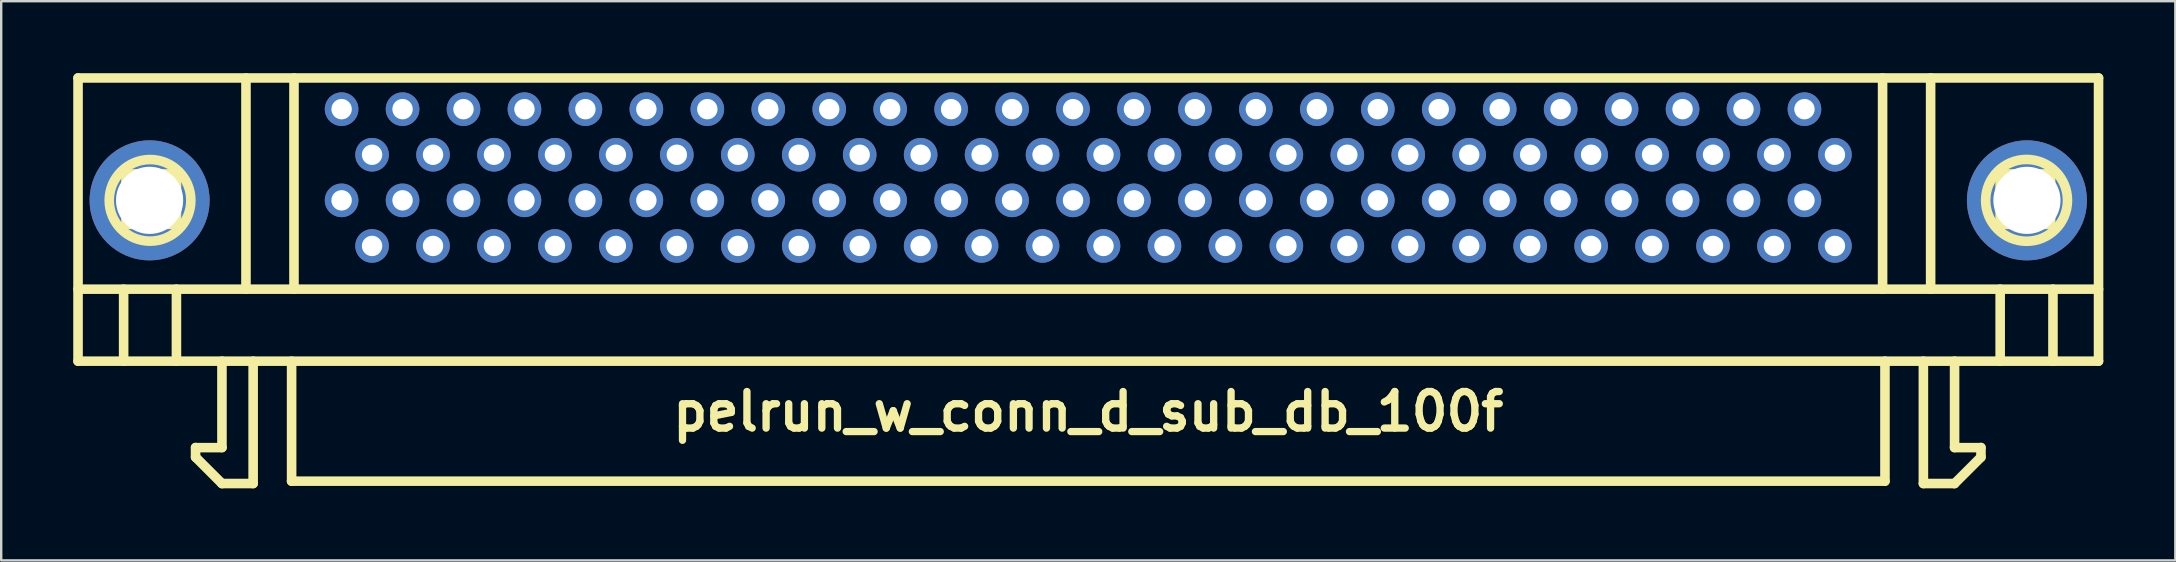
<source format=kicad_pcb>
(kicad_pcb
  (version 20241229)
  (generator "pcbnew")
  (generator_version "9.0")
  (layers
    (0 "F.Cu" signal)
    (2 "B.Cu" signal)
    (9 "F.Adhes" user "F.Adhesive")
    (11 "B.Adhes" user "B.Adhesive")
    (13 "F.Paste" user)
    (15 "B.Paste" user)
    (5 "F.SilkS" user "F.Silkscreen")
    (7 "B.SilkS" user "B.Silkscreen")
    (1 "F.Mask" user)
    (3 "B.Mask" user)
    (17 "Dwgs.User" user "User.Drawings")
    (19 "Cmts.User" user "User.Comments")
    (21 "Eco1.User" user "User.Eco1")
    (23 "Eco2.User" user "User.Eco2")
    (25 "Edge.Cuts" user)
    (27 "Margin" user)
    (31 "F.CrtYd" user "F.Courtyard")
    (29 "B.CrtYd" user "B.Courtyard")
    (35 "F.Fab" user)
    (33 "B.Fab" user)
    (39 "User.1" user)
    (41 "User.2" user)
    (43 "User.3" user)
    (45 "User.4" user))
  (footprint "pelrun_w_conn_d_sub_db_100f"
    (layer "F.Cu")
    (at 42.3 10.9)
    (property "Reference" "pelrun_w_conn_d_sub_db_100f" (at 0 3.2 0) (layer "F.SilkS") (effects (font (size 1.524 1.524) (thickness 0.305))))
    (attr through_hole)
    (fp_line (start -42.1 -10.701) (end 42.1 -10.701) (stroke (width 0.399) (type solid)) (layer "F.SilkS"))
    (fp_line (start -42.1 -1.9) (end 42.1 -1.9) (stroke (width 0.399) (type solid)) (layer "F.SilkS"))
    (fp_line (start -42.098 -10.701) (end -42.098 1.1) (stroke (width 0.399) (type solid)) (layer "F.SilkS"))
    (fp_line (start -40.198 -1.9) (end -40.198 1.1) (stroke (width 0.399) (type solid)) (layer "F.SilkS"))
    (fp_line (start -40.099 -6.701) (end -37.998 -6.701) (stroke (width 0.399) (type solid)) (layer "F.SilkS"))
    (fp_line (start -40.099 -4.6) (end -40.099 -6.701) (stroke (width 0.399) (type solid)) (layer "F.SilkS"))
    (fp_line (start -37.998 -6.701) (end -37.998 -4.6) (stroke (width 0.399) (type solid)) (layer "F.SilkS"))
    (fp_line (start -37.998 -4.6) (end -40.099 -4.6) (stroke (width 0.399) (type solid)) (layer "F.SilkS"))
    (fp_line (start -37.998 1.1) (end -37.998 -1.9) (stroke (width 0.399) (type solid)) (layer "F.SilkS"))
    (fp_line (start -37.201 4.699) (end -37.201 5.1) (stroke (width 0.399) (type solid)) (layer "F.SilkS"))
    (fp_line (start -37.198 4.704) (end -36.098 4.704) (stroke (width 0.399) (type solid)) (layer "F.SilkS"))
    (fp_line (start -36.101 4.699) (end -36.101 1.1) (stroke (width 0.399) (type solid)) (layer "F.SilkS"))
    (fp_line (start -36.101 6.2) (end -34.801 6.2) (stroke (width 0.399) (type solid)) (layer "F.SilkS"))
    (fp_line (start -36.098 6.203) (end -37.198 5.103) (stroke (width 0.399) (type solid)) (layer "F.SilkS"))
    (fp_line (start -35.1 -1.9) (end -35.1 -10.701) (stroke (width 0.399) (type solid)) (layer "F.SilkS"))
    (fp_line (start -34.801 6.2) (end -34.801 1.1) (stroke (width 0.399) (type solid)) (layer "F.SilkS"))
    (fp_line (start -33.198 6.101) (end -33.198 1.1) (stroke (width 0.399) (type solid)) (layer "F.SilkS"))
    (fp_line (start -33.099 -10.701) (end -33.099 -1.9) (stroke (width 0.399) (type solid)) (layer "F.SilkS"))
    (fp_line (start 33.101 -10.701) (end 33.101 -1.9) (stroke (width 0.399) (type solid)) (layer "F.SilkS"))
    (fp_line (start 33.2 6.101) (end -33.2 6.101) (stroke (width 0.399) (type solid)) (layer "F.SilkS"))
    (fp_line (start 33.2 6.101) (end 33.2 1.1) (stroke (width 0.399) (type solid)) (layer "F.SilkS"))
    (fp_line (start 34.801 6.2) (end 34.801 1.1) (stroke (width 0.399) (type solid)) (layer "F.SilkS"))
    (fp_line (start 35.103 -1.9) (end 35.103 -10.701) (stroke (width 0.399) (type solid)) (layer "F.SilkS"))
    (fp_line (start 36.098 6.203) (end 37.198 5.103) (stroke (width 0.399) (type solid)) (layer "F.SilkS"))
    (fp_line (start 36.101 4.699) (end 36.101 1.1) (stroke (width 0.399) (type solid)) (layer "F.SilkS"))
    (fp_line (start 36.101 6.2) (end 34.801 6.2) (stroke (width 0.399) (type solid)) (layer "F.SilkS"))
    (fp_line (start 37.198 4.704) (end 36.098 4.704) (stroke (width 0.399) (type solid)) (layer "F.SilkS"))
    (fp_line (start 37.201 4.699) (end 37.201 5.1) (stroke (width 0.399) (type solid)) (layer "F.SilkS"))
    (fp_line (start 38.001 -6.701) (end 38.001 -4.6) (stroke (width 0.399) (type solid)) (layer "F.SilkS"))
    (fp_line (start 38.001 -4.6) (end 40.102 -4.6) (stroke (width 0.399) (type solid)) (layer "F.SilkS"))
    (fp_line (start 38.001 -1.9) (end 38.001 1.1) (stroke (width 0.399) (type solid)) (layer "F.SilkS"))
    (fp_line (start 40.102 -6.701) (end 38.001 -6.701) (stroke (width 0.399) (type solid)) (layer "F.SilkS"))
    (fp_line (start 40.102 -4.6) (end 40.102 -6.701) (stroke (width 0.399) (type solid)) (layer "F.SilkS"))
    (fp_line (start 40.201 -1.9) (end 40.201 1.1) (stroke (width 0.399) (type solid)) (layer "F.SilkS"))
    (fp_line (start 42.1 1.1) (end -42.1 1.1) (stroke (width 0.399) (type solid)) (layer "F.SilkS"))
    (fp_line (start 42.1 1.1) (end 42.1 -10.701) (stroke (width 0.399) (type solid)) (layer "F.SilkS"))
    (fp_circle (center -39.098 -5.601) (end -40.599 -6.401) (stroke (width 0.399) (type solid)) (fill no) (layer "F.SilkS"))
    (fp_circle (center 39.101 -5.601) (end 40.803 -5.499) (stroke (width 0.399) (type solid)) (fill no) (layer "F.SilkS"))
    (pad "" thru_hole circle (at -39.116 -5.601) (size 5.001 5.001) (drill 2.799) (layers "*.Cu" "*.Mask"))
    (pad "" thru_hole circle (at 39.116 -5.601) (size 5.001 5.001) (drill 2.799) (layers "*.Cu" "*.Mask"))
    (pad "1" thru_hole circle (at 31.115 -7.501) (size 1.4 1.4) (drill 0.851) (layers "*.Cu" "*.Mask"))
    (pad "2" thru_hole circle (at 29.845 -9.401) (size 1.4 1.4) (drill 0.851) (layers "*.Cu" "*.Mask"))
    (pad "3" thru_hole circle (at 28.575 -7.501) (size 1.4 1.4) (drill 0.851) (layers "*.Cu" "*.Mask"))
    (pad "4" thru_hole circle (at 27.305 -9.401) (size 1.4 1.4) (drill 0.851) (layers "*.Cu" "*.Mask"))
    (pad "5" thru_hole circle (at 26.035 -7.501) (size 1.4 1.4) (drill 0.851) (layers "*.Cu" "*.Mask"))
    (pad "6" thru_hole circle (at 24.765 -9.401) (size 1.4 1.4) (drill 0.851) (layers "*.Cu" "*.Mask"))
    (pad "7" thru_hole circle (at 23.495 -7.501) (size 1.4 1.4) (drill 0.851) (layers "*.Cu" "*.Mask"))
    (pad "8" thru_hole circle (at 22.225 -9.401) (size 1.4 1.4) (drill 0.851) (layers "*.Cu" "*.Mask"))
    (pad "9" thru_hole circle (at 20.955 -7.501) (size 1.4 1.4) (drill 0.851) (layers "*.Cu" "*.Mask"))
    (pad "10" thru_hole circle (at 19.685 -9.401) (size 1.4 1.4) (drill 0.851) (layers "*.Cu" "*.Mask"))
    (pad "11" thru_hole circle (at 18.415 -7.501) (size 1.4 1.4) (drill 0.851) (layers "*.Cu" "*.Mask"))
    (pad "12" thru_hole circle (at 17.145 -9.401) (size 1.4 1.4) (drill 0.851) (layers "*.Cu" "*.Mask"))
    (pad "13" thru_hole circle (at 15.875 -7.501) (size 1.4 1.4) (drill 0.851) (layers "*.Cu" "*.Mask"))
    (pad "14" thru_hole circle (at 14.605 -9.401) (size 1.4 1.4) (drill 0.851) (layers "*.Cu" "*.Mask"))
    (pad "15" thru_hole circle (at 13.335 -7.501) (size 1.4 1.4) (drill 0.851) (layers "*.Cu" "*.Mask"))
    (pad "16" thru_hole circle (at 12.065 -9.401) (size 1.4 1.4) (drill 0.851) (layers "*.Cu" "*.Mask"))
    (pad "17" thru_hole circle (at 10.795 -7.501) (size 1.4 1.4) (drill 0.851) (layers "*.Cu" "*.Mask"))
    (pad "18" thru_hole circle (at 9.525 -9.401) (size 1.4 1.4) (drill 0.851) (layers "*.Cu" "*.Mask"))
    (pad "19" thru_hole circle (at 8.255 -7.501) (size 1.4 1.4) (drill 0.851) (layers "*.Cu" "*.Mask"))
    (pad "20" thru_hole circle (at 6.985 -9.401) (size 1.4 1.4) (drill 0.851) (layers "*.Cu" "*.Mask"))
    (pad "21" thru_hole circle (at 5.715 -7.501) (size 1.4 1.4) (drill 0.851) (layers "*.Cu" "*.Mask"))
    (pad "22" thru_hole circle (at 4.445 -9.401) (size 1.4 1.4) (drill 0.851) (layers "*.Cu" "*.Mask"))
    (pad "23" thru_hole circle (at 3.175 -7.501) (size 1.4 1.4) (drill 0.851) (layers "*.Cu" "*.Mask"))
    (pad "24" thru_hole circle (at 1.905 -9.401) (size 1.4 1.4) (drill 0.851) (layers "*.Cu" "*.Mask"))
    (pad "25" thru_hole circle (at 0.635 -7.501) (size 1.4 1.4) (drill 0.851) (layers "*.Cu" "*.Mask"))
    (pad "26" thru_hole circle (at -0.635 -9.401) (size 1.4 1.4) (drill 0.851) (layers "*.Cu" "*.Mask"))
    (pad "27" thru_hole circle (at -1.905 -7.501) (size 1.4 1.4) (drill 0.851) (layers "*.Cu" "*.Mask"))
    (pad "28" thru_hole circle (at -3.175 -9.401) (size 1.4 1.4) (drill 0.851) (layers "*.Cu" "*.Mask"))
    (pad "29" thru_hole circle (at -4.445 -7.501) (size 1.4 1.4) (drill 0.851) (layers "*.Cu" "*.Mask"))
    (pad "30" thru_hole circle (at -5.715 -9.401) (size 1.4 1.4) (drill 0.851) (layers "*.Cu" "*.Mask"))
    (pad "31" thru_hole circle (at -6.985 -7.501) (size 1.4 1.4) (drill 0.851) (layers "*.Cu" "*.Mask"))
    (pad "32" thru_hole circle (at -8.255 -9.401) (size 1.4 1.4) (drill 0.851) (layers "*.Cu" "*.Mask"))
    (pad "33" thru_hole circle (at -9.525 -7.501) (size 1.4 1.4) (drill 0.851) (layers "*.Cu" "*.Mask"))
    (pad "34" thru_hole circle (at -10.795 -9.401) (size 1.4 1.4) (drill 0.851) (layers "*.Cu" "*.Mask"))
    (pad "35" thru_hole circle (at -12.065 -7.501) (size 1.4 1.4) (drill 0.851) (layers "*.Cu" "*.Mask"))
    (pad "36" thru_hole circle (at -13.335 -9.401) (size 1.4 1.4) (drill 0.851) (layers "*.Cu" "*.Mask"))
    (pad "37" thru_hole circle (at -14.605 -7.501) (size 1.4 1.4) (drill 0.851) (layers "*.Cu" "*.Mask"))
    (pad "38" thru_hole circle (at -15.875 -9.401) (size 1.4 1.4) (drill 0.851) (layers "*.Cu" "*.Mask"))
    (pad "39" thru_hole circle (at -17.145 -7.501) (size 1.4 1.4) (drill 0.851) (layers "*.Cu" "*.Mask"))
    (pad "40" thru_hole circle (at -18.415 -9.401) (size 1.4 1.4) (drill 0.851) (layers "*.Cu" "*.Mask"))
    (pad "41" thru_hole circle (at -19.685 -7.501) (size 1.4 1.4) (drill 0.851) (layers "*.Cu" "*.Mask"))
    (pad "42" thru_hole circle (at -20.955 -9.401) (size 1.4 1.4) (drill 0.851) (layers "*.Cu" "*.Mask"))
    (pad "43" thru_hole circle (at -22.225 -7.501) (size 1.4 1.4) (drill 0.851) (layers "*.Cu" "*.Mask"))
    (pad "44" thru_hole circle (at -23.495 -9.401) (size 1.4 1.4) (drill 0.851) (layers "*.Cu" "*.Mask"))
    (pad "45" thru_hole circle (at -24.765 -7.501) (size 1.4 1.4) (drill 0.851) (layers "*.Cu" "*.Mask"))
    (pad "46" thru_hole circle (at -26.035 -9.401) (size 1.4 1.4) (drill 0.851) (layers "*.Cu" "*.Mask"))
    (pad "47" thru_hole circle (at -27.305 -7.501) (size 1.4 1.4) (drill 0.851) (layers "*.Cu" "*.Mask"))
    (pad "48" thru_hole circle (at -28.575 -9.401) (size 1.4 1.4) (drill 0.851) (layers "*.Cu" "*.Mask"))
    (pad "49" thru_hole circle (at -29.845 -7.501) (size 1.4 1.4) (drill 0.851) (layers "*.Cu" "*.Mask"))
    (pad "50" thru_hole circle (at -31.115 -9.401) (size 1.4 1.4) (drill 0.851) (layers "*.Cu" "*.Mask"))
    (pad "51" thru_hole circle (at 31.115 -3.701) (size 1.4 1.4) (drill 0.851) (layers "*.Cu" "*.Mask"))
    (pad "52" thru_hole circle (at 29.845 -5.601) (size 1.4 1.4) (drill 0.851) (layers "*.Cu" "*.Mask"))
    (pad "53" thru_hole circle (at 28.575 -3.701) (size 1.4 1.4) (drill 0.851) (layers "*.Cu" "*.Mask"))
    (pad "54" thru_hole circle (at 27.305 -5.601) (size 1.4 1.4) (drill 0.851) (layers "*.Cu" "*.Mask"))
    (pad "55" thru_hole circle (at 26.035 -3.701) (size 1.4 1.4) (drill 0.851) (layers "*.Cu" "*.Mask"))
    (pad "56" thru_hole circle (at 24.765 -5.601) (size 1.4 1.4) (drill 0.851) (layers "*.Cu" "*.Mask"))
    (pad "57" thru_hole circle (at 23.495 -3.701) (size 1.4 1.4) (drill 0.851) (layers "*.Cu" "*.Mask"))
    (pad "58" thru_hole circle (at 22.225 -5.601) (size 1.4 1.4) (drill 0.851) (layers "*.Cu" "*.Mask"))
    (pad "59" thru_hole circle (at 20.955 -3.701) (size 1.4 1.4) (drill 0.851) (layers "*.Cu" "*.Mask"))
    (pad "60" thru_hole circle (at 19.685 -5.601) (size 1.4 1.4) (drill 0.851) (layers "*.Cu" "*.Mask"))
    (pad "61" thru_hole circle (at 18.415 -3.701) (size 1.4 1.4) (drill 0.851) (layers "*.Cu" "*.Mask"))
    (pad "62" thru_hole circle (at 17.145 -5.601) (size 1.4 1.4) (drill 0.851) (layers "*.Cu" "*.Mask"))
    (pad "63" thru_hole circle (at 15.875 -3.701) (size 1.4 1.4) (drill 0.851) (layers "*.Cu" "*.Mask"))
    (pad "64" thru_hole circle (at 14.605 -5.601) (size 1.4 1.4) (drill 0.851) (layers "*.Cu" "*.Mask"))
    (pad "65" thru_hole circle (at 13.335 -3.701) (size 1.4 1.4) (drill 0.851) (layers "*.Cu" "*.Mask"))
    (pad "66" thru_hole circle (at 12.065 -5.601) (size 1.4 1.4) (drill 0.851) (layers "*.Cu" "*.Mask"))
    (pad "67" thru_hole circle (at 10.795 -3.701) (size 1.4 1.4) (drill 0.851) (layers "*.Cu" "*.Mask"))
    (pad "68" thru_hole circle (at 9.525 -5.601) (size 1.4 1.4) (drill 0.851) (layers "*.Cu" "*.Mask"))
    (pad "69" thru_hole circle (at 8.255 -3.701) (size 1.4 1.4) (drill 0.851) (layers "*.Cu" "*.Mask"))
    (pad "70" thru_hole circle (at 6.985 -5.601) (size 1.4 1.4) (drill 0.851) (layers "*.Cu" "*.Mask"))
    (pad "71" thru_hole circle (at 5.715 -3.701) (size 1.4 1.4) (drill 0.851) (layers "*.Cu" "*.Mask"))
    (pad "72" thru_hole circle (at 4.445 -5.601) (size 1.4 1.4) (drill 0.851) (layers "*.Cu" "*.Mask"))
    (pad "73" thru_hole circle (at 3.175 -3.701) (size 1.4 1.4) (drill 0.851) (layers "*.Cu" "*.Mask"))
    (pad "74" thru_hole circle (at 1.905 -5.601) (size 1.4 1.4) (drill 0.851) (layers "*.Cu" "*.Mask"))
    (pad "75" thru_hole circle (at 0.635 -3.701) (size 1.4 1.4) (drill 0.851) (layers "*.Cu" "*.Mask"))
    (pad "76" thru_hole circle (at -0.635 -5.601) (size 1.4 1.4) (drill 0.851) (layers "*.Cu" "*.Mask"))
    (pad "77" thru_hole circle (at -1.905 -3.701) (size 1.4 1.4) (drill 0.851) (layers "*.Cu" "*.Mask"))
    (pad "78" thru_hole circle (at -3.175 -5.601) (size 1.4 1.4) (drill 0.851) (layers "*.Cu" "*.Mask"))
    (pad "79" thru_hole circle (at -4.445 -3.701) (size 1.4 1.4) (drill 0.851) (layers "*.Cu" "*.Mask"))
    (pad "80" thru_hole circle (at -5.715 -5.601) (size 1.4 1.4) (drill 0.851) (layers "*.Cu" "*.Mask"))
    (pad "81" thru_hole circle (at -6.985 -3.701) (size 1.4 1.4) (drill 0.851) (layers "*.Cu" "*.Mask"))
    (pad "82" thru_hole circle (at -8.255 -5.601) (size 1.4 1.4) (drill 0.851) (layers "*.Cu" "*.Mask"))
    (pad "83" thru_hole circle (at -9.525 -3.701) (size 1.4 1.4) (drill 0.851) (layers "*.Cu" "*.Mask"))
    (pad "84" thru_hole circle (at -10.795 -5.601) (size 1.4 1.4) (drill 0.851) (layers "*.Cu" "*.Mask"))
    (pad "85" thru_hole circle (at -12.065 -3.701) (size 1.4 1.4) (drill 0.851) (layers "*.Cu" "*.Mask"))
    (pad "86" thru_hole circle (at -13.335 -5.601) (size 1.4 1.4) (drill 0.851) (layers "*.Cu" "*.Mask"))
    (pad "87" thru_hole circle (at -14.605 -3.701) (size 1.4 1.4) (drill 0.851) (layers "*.Cu" "*.Mask"))
    (pad "88" thru_hole circle (at -15.875 -5.601) (size 1.4 1.4) (drill 0.851) (layers "*.Cu" "*.Mask"))
    (pad "89" thru_hole circle (at -17.145 -3.701) (size 1.4 1.4) (drill 0.851) (layers "*.Cu" "*.Mask"))
    (pad "90" thru_hole circle (at -18.415 -5.601) (size 1.4 1.4) (drill 0.851) (layers "*.Cu" "*.Mask"))
    (pad "91" thru_hole circle (at -19.685 -3.701) (size 1.4 1.4) (drill 0.851) (layers "*.Cu" "*.Mask"))
    (pad "92" thru_hole circle (at -20.955 -5.601) (size 1.4 1.4) (drill 0.851) (layers "*.Cu" "*.Mask"))
    (pad "93" thru_hole circle (at -22.225 -3.701) (size 1.4 1.4) (drill 0.851) (layers "*.Cu" "*.Mask"))
    (pad "94" thru_hole circle (at -23.495 -5.601) (size 1.4 1.4) (drill 0.851) (layers "*.Cu" "*.Mask"))
    (pad "95" thru_hole circle (at -24.765 -3.701) (size 1.4 1.4) (drill 0.851) (layers "*.Cu" "*.Mask"))
    (pad "96" thru_hole circle (at -26.035 -5.601) (size 1.4 1.4) (drill 0.851) (layers "*.Cu" "*.Mask"))
    (pad "97" thru_hole circle (at -27.305 -3.701) (size 1.4 1.4) (drill 0.851) (layers "*.Cu" "*.Mask"))
    (pad "98" thru_hole circle (at -28.575 -5.601) (size 1.4 1.4) (drill 0.851) (layers "*.Cu" "*.Mask"))
    (pad "99" thru_hole circle (at -29.845 -3.701) (size 1.4 1.4) (drill 0.851) (layers "*.Cu" "*.Mask"))
    (pad "100" thru_hole circle (at -31.115 -5.601) (size 1.4 1.4) (drill 0.851) (layers "*.Cu" "*.Mask")))
  (gr_rect
    (start -3 -3)
    (end 87.6 20.302)
    (stroke (width 0.1) (type default))
    (fill no)
    (layer "Edge.Cuts")))
</source>
